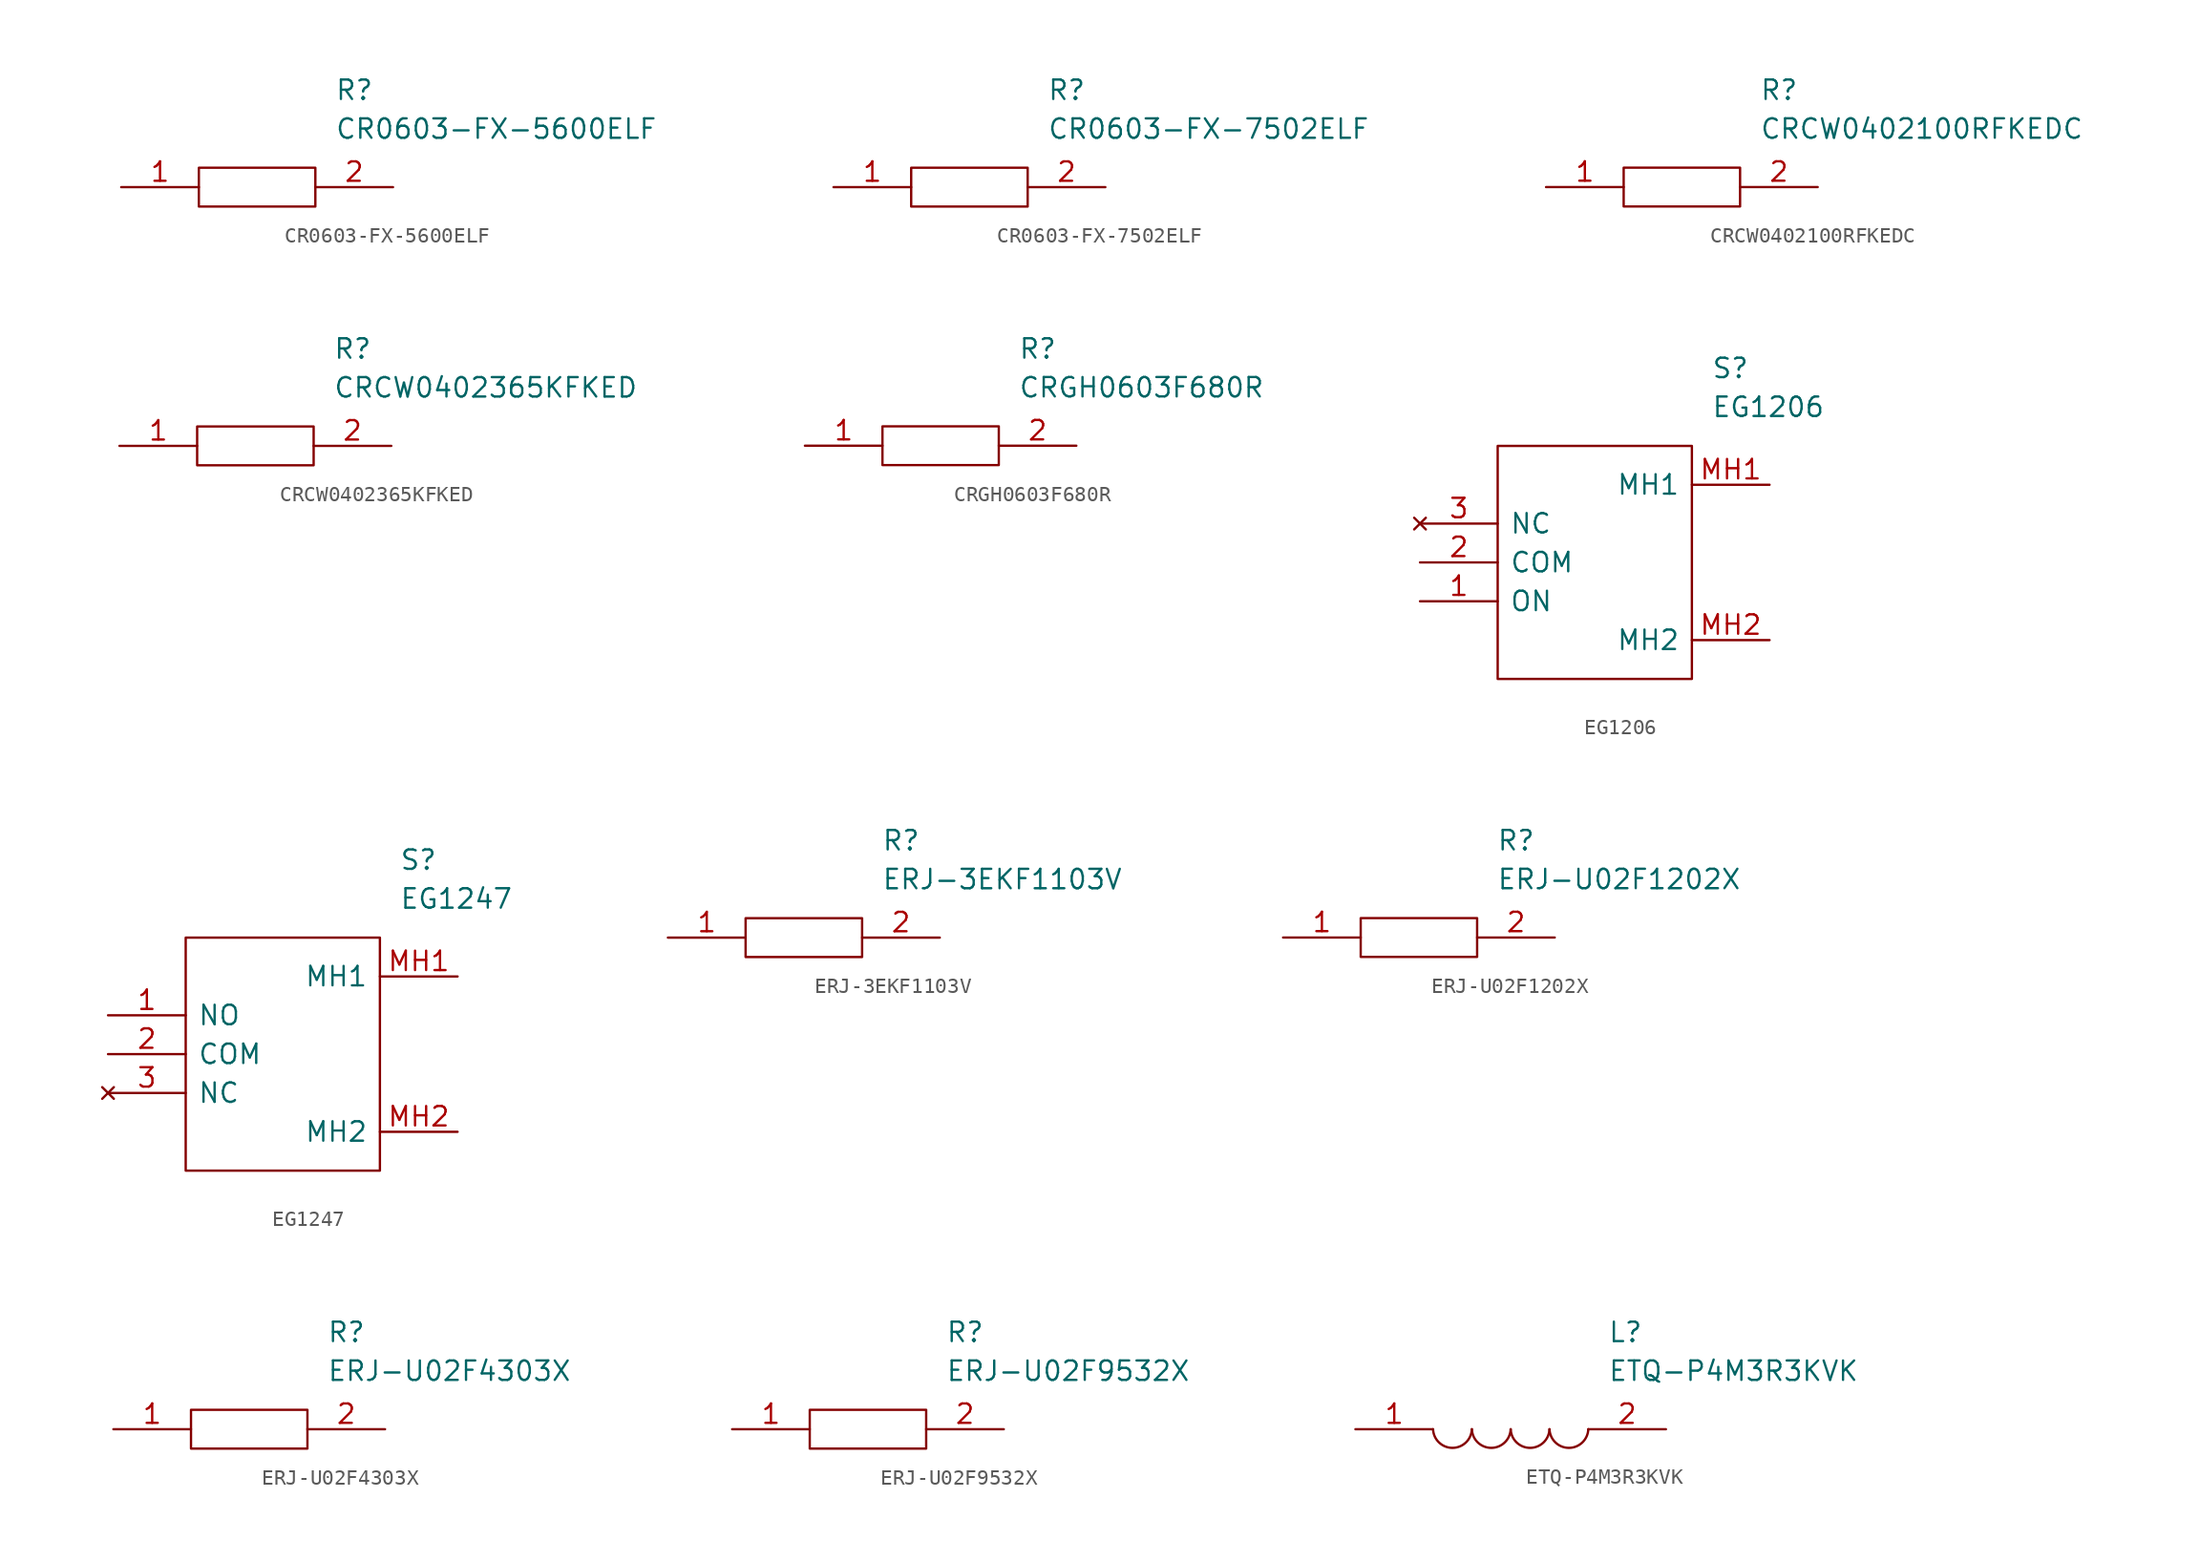
<source format=kicad_sym>
(kicad_symbol_lib
  (version 20211014)
  (generator kicad_symbol_editor)
  (symbol "CR0603-FX-5600ELF"
    (pin_names
      (offset 0.762))
    (property "Reference" "R"
      (at 13.97 6.35 0)
      (effects (font (size 1.27 1.27)) (justify left)))
    (property "Value" "CR0603-FX-5600ELF"
      (at 13.97 3.81 0)
      (effects (font (size 1.27 1.27)) (justify left)))
    (symbol "CR0603-FX-5600ELF_0_0"
      (pin passive line (at 0 0 0) (length 5.08) (name "~" (effects (font (size 1.27 1.27)))) (number "1" (effects (font (size 1.27 1.27)))))
      (pin passive line (at 17.78 0 180) (length 5.08) (name "~" (effects (font (size 1.27 1.27)))) (number "2" (effects (font (size 1.27 1.27))))))
    (symbol "CR0603-FX-5600ELF_0_1"
      (polyline (pts (xy 5.08 1.27) (xy 12.7 1.27) (xy 12.7 -1.27) (xy 5.08 -1.27) (xy 5.08 1.27)) (stroke (width 0.152) (type default) (color 0 0 0 0)) (fill (type none)))))
  (symbol "CR0603-FX-7502ELF"
    (pin_names
      (offset 0.762))
    (property "Reference" "R"
      (at 13.97 6.35 0)
      (effects (font (size 1.27 1.27)) (justify left)))
    (property "Value" "CR0603-FX-7502ELF"
      (at 13.97 3.81 0)
      (effects (font (size 1.27 1.27)) (justify left)))
    (symbol "CR0603-FX-7502ELF_0_0"
      (pin passive line (at 0 0 0) (length 5.08) (name "~" (effects (font (size 1.27 1.27)))) (number "1" (effects (font (size 1.27 1.27)))))
      (pin passive line (at 17.78 0 180) (length 5.08) (name "~" (effects (font (size 1.27 1.27)))) (number "2" (effects (font (size 1.27 1.27))))))
    (symbol "CR0603-FX-7502ELF_0_1"
      (polyline (pts (xy 5.08 1.27) (xy 12.7 1.27) (xy 12.7 -1.27) (xy 5.08 -1.27) (xy 5.08 1.27)) (stroke (width 0.152) (type default) (color 0 0 0 0)) (fill (type none)))))
  (symbol "CRCW0402100RFKEDC"
    (pin_names
      (offset 0.762))
    (property "Reference" "R"
      (at 13.97 6.35 0)
      (effects (font (size 1.27 1.27)) (justify left)))
    (property "Value" "CRCW0402100RFKEDC"
      (at 13.97 3.81 0)
      (effects (font (size 1.27 1.27)) (justify left)))
    (symbol "CRCW0402100RFKEDC_0_0"
      (pin passive line (at 0 0 0) (length 5.08) (name "~" (effects (font (size 1.27 1.27)))) (number "1" (effects (font (size 1.27 1.27)))))
      (pin passive line (at 17.78 0 180) (length 5.08) (name "~" (effects (font (size 1.27 1.27)))) (number "2" (effects (font (size 1.27 1.27))))))
    (symbol "CRCW0402100RFKEDC_0_1"
      (polyline (pts (xy 5.08 1.27) (xy 12.7 1.27) (xy 12.7 -1.27) (xy 5.08 -1.27) (xy 5.08 1.27)) (stroke (width 0.152) (type default) (color 0 0 0 0)) (fill (type none)))))
  (symbol "CRCW0402365KFKED"
    (pin_names
      (offset 0.762))
    (property "Reference" "R"
      (at 13.97 6.35 0)
      (effects (font (size 1.27 1.27)) (justify left)))
    (property "Value" "CRCW0402365KFKED"
      (at 13.97 3.81 0)
      (effects (font (size 1.27 1.27)) (justify left)))
    (symbol "CRCW0402365KFKED_0_0"
      (pin passive line (at 0 0 0) (length 5.08) (name "~" (effects (font (size 1.27 1.27)))) (number "1" (effects (font (size 1.27 1.27)))))
      (pin passive line (at 17.78 0 180) (length 5.08) (name "~" (effects (font (size 1.27 1.27)))) (number "2" (effects (font (size 1.27 1.27))))))
    (symbol "CRCW0402365KFKED_0_1"
      (polyline (pts (xy 5.08 1.27) (xy 12.7 1.27) (xy 12.7 -1.27) (xy 5.08 -1.27) (xy 5.08 1.27)) (stroke (width 0.152) (type default) (color 0 0 0 0)) (fill (type none)))))
  (symbol "CRGH0603F680R"
    (pin_names
      (offset 0.762))
    (property "Reference" "R"
      (at 13.97 6.35 0)
      (effects (font (size 1.27 1.27)) (justify left)))
    (property "Value" "CRGH0603F680R"
      (at 13.97 3.81 0)
      (effects (font (size 1.27 1.27)) (justify left)))
    (symbol "CRGH0603F680R_0_0"
      (pin passive line (at 0 0 0) (length 5.08) (name "~" (effects (font (size 1.27 1.27)))) (number "1" (effects (font (size 1.27 1.27)))))
      (pin passive line (at 17.78 0 180) (length 5.08) (name "~" (effects (font (size 1.27 1.27)))) (number "2" (effects (font (size 1.27 1.27))))))
    (symbol "CRGH0603F680R_0_1"
      (polyline (pts (xy 5.08 1.27) (xy 12.7 1.27) (xy 12.7 -1.27) (xy 5.08 -1.27) (xy 5.08 1.27)) (stroke (width 0.152) (type default) (color 0 0 0 0)) (fill (type none)))))
  (symbol "EG1206"
    (pin_names
      (offset 0.762))
    (property "Reference" "S"
      (at 19.05 7.62 0)
      (effects (font (size 1.27 1.27)) (justify left)))
    (property "Value" "EG1206"
      (at 19.05 5.08 0)
      (effects (font (size 1.27 1.27)) (justify left)))
    (symbol "EG1206_0_0"
      (pin passive line (at 0 -7.62 0) (length 5.08) (name "ON" (effects (font (size 1.27 1.27)))) (number "1" (effects (font (size 1.27 1.27)))))
      (pin passive line (at 0 -5.08 0) (length 5.08) (name "COM" (effects (font (size 1.27 1.27)))) (number "2" (effects (font (size 1.27 1.27)))))
      (pin no_connect line (at 0 -2.54 0) (length 5.08) (name "NC" (effects (font (size 1.27 1.27)))) (number "3" (effects (font (size 1.27 1.27)))))
      (pin passive line (at 22.86 0 180) (length 5.08) (name "MH1" (effects (font (size 1.27 1.27)))) (number "MH1" (effects (font (size 1.27 1.27)))))
      (pin passive line (at 22.86 -10.16 180) (length 5.08) (name "MH2" (effects (font (size 1.27 1.27)))) (number "MH2" (effects (font (size 1.27 1.27))))))
    (symbol "EG1206_0_1"
      (polyline (pts (xy 5.08 2.54) (xy 17.78 2.54) (xy 17.78 -12.7) (xy 5.08 -12.7) (xy 5.08 2.54)) (stroke (width 0.152) (type default) (color 0 0 0 0)) (fill (type none)))))
  (symbol "EG1247"
    (pin_names
      (offset 0.762))
    (property "Reference" "S"
      (at 19.05 7.62 0)
      (effects (font (size 1.27 1.27)) (justify left)))
    (property "Value" "EG1247"
      (at 19.05 5.08 0)
      (effects (font (size 1.27 1.27)) (justify left)))
    (symbol "EG1247_0_0"
      (pin passive line (at 0 -2.54 0) (length 5.08) (name "NO" (effects (font (size 1.27 1.27)))) (number "1" (effects (font (size 1.27 1.27)))))
      (pin passive line (at 0 -5.08 0) (length 5.08) (name "COM" (effects (font (size 1.27 1.27)))) (number "2" (effects (font (size 1.27 1.27)))))
      (pin no_connect line (at 0 -7.62 0) (length 5.08) (name "NC" (effects (font (size 1.27 1.27)))) (number "3" (effects (font (size 1.27 1.27)))))
      (pin passive line (at 22.86 0 180) (length 5.08) (name "MH1" (effects (font (size 1.27 1.27)))) (number "MH1" (effects (font (size 1.27 1.27)))))
      (pin passive line (at 22.86 -10.16 180) (length 5.08) (name "MH2" (effects (font (size 1.27 1.27)))) (number "MH2" (effects (font (size 1.27 1.27))))))
    (symbol "EG1247_0_1"
      (polyline (pts (xy 5.08 2.54) (xy 17.78 2.54) (xy 17.78 -12.7) (xy 5.08 -12.7) (xy 5.08 2.54)) (stroke (width 0.152) (type default) (color 0 0 0 0)) (fill (type none)))))
  (symbol "ERJ-3EKF1103V"
    (pin_names
      (offset 0.762))
    (property "Reference" "R"
      (at 13.97 6.35 0)
      (effects (font (size 1.27 1.27)) (justify left)))
    (property "Value" "ERJ-3EKF1103V"
      (at 13.97 3.81 0)
      (effects (font (size 1.27 1.27)) (justify left)))
    (symbol "ERJ-3EKF1103V_0_0"
      (pin passive line (at 0 0 0) (length 5.08) (name "~" (effects (font (size 1.27 1.27)))) (number "1" (effects (font (size 1.27 1.27)))))
      (pin passive line (at 17.78 0 180) (length 5.08) (name "~" (effects (font (size 1.27 1.27)))) (number "2" (effects (font (size 1.27 1.27))))))
    (symbol "ERJ-3EKF1103V_0_1"
      (polyline (pts (xy 5.08 1.27) (xy 12.7 1.27) (xy 12.7 -1.27) (xy 5.08 -1.27) (xy 5.08 1.27)) (stroke (width 0.152) (type default) (color 0 0 0 0)) (fill (type none)))))
  (symbol "ERJ-U02F1202X"
    (pin_names
      (offset 0.762))
    (property "Reference" "R"
      (at 13.97 6.35 0)
      (effects (font (size 1.27 1.27)) (justify left)))
    (property "Value" "ERJ-U02F1202X"
      (at 13.97 3.81 0)
      (effects (font (size 1.27 1.27)) (justify left)))
    (symbol "ERJ-U02F1202X_0_0"
      (pin passive line (at 0 0 0) (length 5.08) (name "~" (effects (font (size 1.27 1.27)))) (number "1" (effects (font (size 1.27 1.27)))))
      (pin passive line (at 17.78 0 180) (length 5.08) (name "~" (effects (font (size 1.27 1.27)))) (number "2" (effects (font (size 1.27 1.27))))))
    (symbol "ERJ-U02F1202X_0_1"
      (polyline (pts (xy 5.08 1.27) (xy 12.7 1.27) (xy 12.7 -1.27) (xy 5.08 -1.27) (xy 5.08 1.27)) (stroke (width 0.152) (type default) (color 0 0 0 0)) (fill (type none)))))
  (symbol "ERJ-U02F4303X"
    (pin_names
      (offset 0.762))
    (property "Reference" "R"
      (at 13.97 6.35 0)
      (effects (font (size 1.27 1.27)) (justify left)))
    (property "Value" "ERJ-U02F4303X"
      (at 13.97 3.81 0)
      (effects (font (size 1.27 1.27)) (justify left)))
    (symbol "ERJ-U02F4303X_0_0"
      (pin passive line (at 0 0 0) (length 5.08) (name "~" (effects (font (size 1.27 1.27)))) (number "1" (effects (font (size 1.27 1.27)))))
      (pin passive line (at 17.78 0 180) (length 5.08) (name "~" (effects (font (size 1.27 1.27)))) (number "2" (effects (font (size 1.27 1.27))))))
    (symbol "ERJ-U02F4303X_0_1"
      (polyline (pts (xy 5.08 1.27) (xy 12.7 1.27) (xy 12.7 -1.27) (xy 5.08 -1.27) (xy 5.08 1.27)) (stroke (width 0.152) (type default) (color 0 0 0 0)) (fill (type none)))))
  (symbol "ERJ-U02F9532X"
    (pin_names
      (offset 0.762))
    (property "Reference" "R"
      (at 13.97 6.35 0)
      (effects (font (size 1.27 1.27)) (justify left)))
    (property "Value" "ERJ-U02F9532X"
      (at 13.97 3.81 0)
      (effects (font (size 1.27 1.27)) (justify left)))
    (symbol "ERJ-U02F9532X_0_0"
      (pin passive line (at 0 0 0) (length 5.08) (name "~" (effects (font (size 1.27 1.27)))) (number "1" (effects (font (size 1.27 1.27)))))
      (pin passive line (at 17.78 0 180) (length 5.08) (name "~" (effects (font (size 1.27 1.27)))) (number "2" (effects (font (size 1.27 1.27))))))
    (symbol "ERJ-U02F9532X_0_1"
      (polyline (pts (xy 5.08 1.27) (xy 12.7 1.27) (xy 12.7 -1.27) (xy 5.08 -1.27) (xy 5.08 1.27)) (stroke (width 0.152) (type default) (color 0 0 0 0)) (fill (type none)))))
  (symbol "ETQ-P4M3R3KVK"
    (pin_names
      (offset 0.762))
    (property "Reference" "L"
      (at 16.51 6.35 0)
      (effects (font (size 1.27 1.27)) (justify left)))
    (property "Value" "ETQ-P4M3R3KVK"
      (at 16.51 3.81 0)
      (effects (font (size 1.27 1.27)) (justify left)))
    (symbol "ETQ-P4M3R3KVK_0_0"
      (pin passive line (at 0 0 0) (length 5.08) (name "~" (effects (font (size 1.27 1.27)))) (number "1" (effects (font (size 1.27 1.27)))))
      (pin passive line (at 20.32 0 180) (length 5.08) (name "~" (effects (font (size 1.27 1.27)))) (number "2" (effects (font (size 1.27 1.27))))))
    (symbol "ETQ-P4M3R3KVK_0_1"
      (arc (start 5.08 0) (mid 6.35 -1.3218) (end 7.62 0) (stroke (width 0.1524) (type default) (color 0 0 0 0)) (fill (type none)))
      (arc (start 7.62 0) (mid 8.89 -1.3218) (end 10.16 0) (stroke (width 0.1524) (type default) (color 0 0 0 0)) (fill (type none)))
      (arc (start 10.16 0) (mid 11.43 -1.3218) (end 12.7 0) (stroke (width 0.1524) (type default) (color 0 0 0 0)) (fill (type none)))
      (arc (start 12.7 0) (mid 13.97 -1.3218) (end 15.24 0) (stroke (width 0.1524) (type default) (color 0 0 0 0)) (fill (type none))))))
</source>
